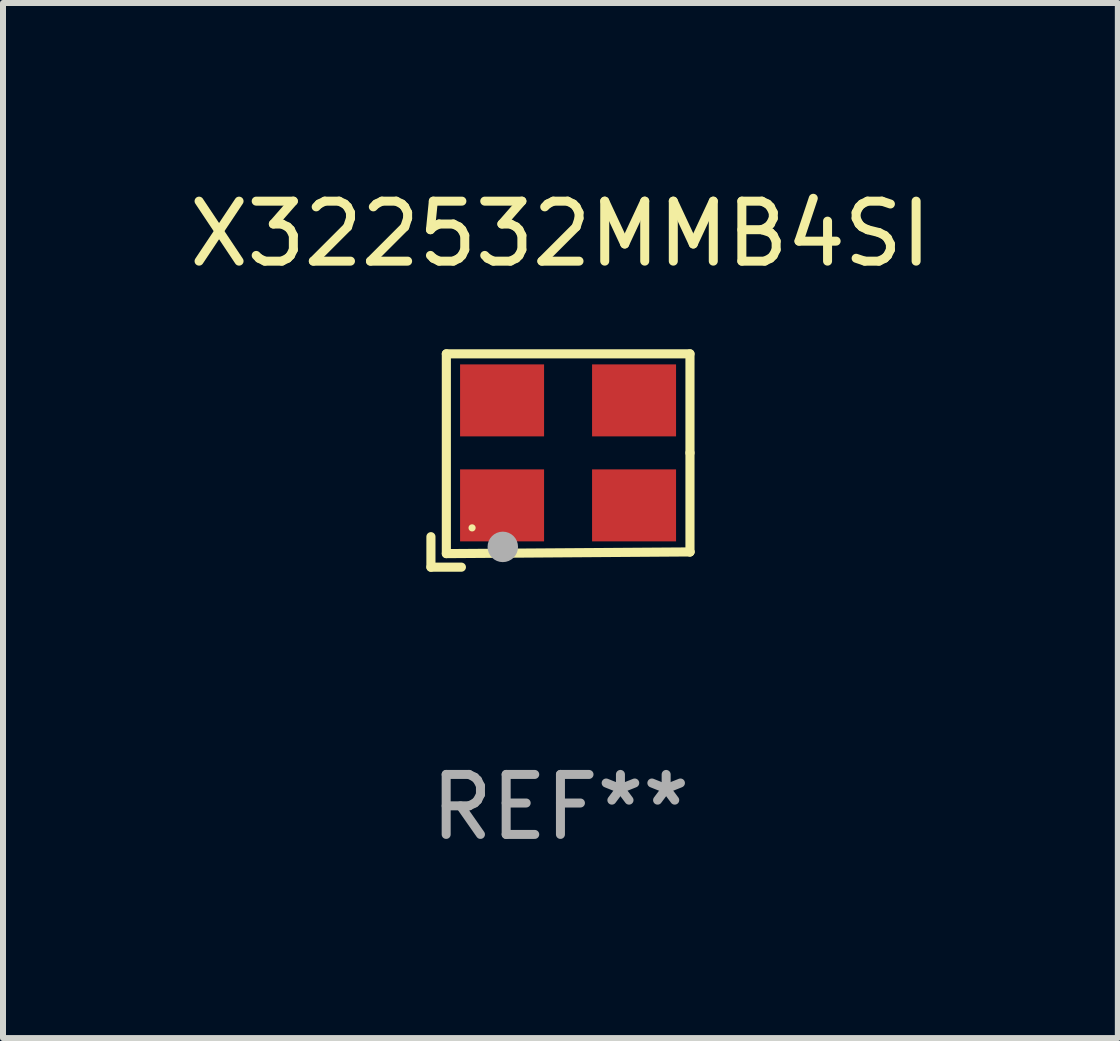
<source format=kicad_pcb>
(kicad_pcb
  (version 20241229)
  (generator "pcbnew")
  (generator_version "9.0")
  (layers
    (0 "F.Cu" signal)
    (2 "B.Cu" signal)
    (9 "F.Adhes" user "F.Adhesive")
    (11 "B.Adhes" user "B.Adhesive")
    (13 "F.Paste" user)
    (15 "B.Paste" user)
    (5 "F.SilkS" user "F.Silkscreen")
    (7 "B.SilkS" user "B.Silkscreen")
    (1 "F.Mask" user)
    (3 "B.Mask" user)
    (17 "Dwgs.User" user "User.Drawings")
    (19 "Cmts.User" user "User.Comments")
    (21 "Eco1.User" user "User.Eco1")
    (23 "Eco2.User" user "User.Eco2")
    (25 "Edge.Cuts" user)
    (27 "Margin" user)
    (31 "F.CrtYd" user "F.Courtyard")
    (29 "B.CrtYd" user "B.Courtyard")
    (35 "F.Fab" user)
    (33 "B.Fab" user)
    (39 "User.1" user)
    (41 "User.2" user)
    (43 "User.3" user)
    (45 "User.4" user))
  (footprint "X322532MMB4SI"
    (layer "F.Cu")
    (at 6.292 4.626)
    (property "Reference" "X322532MMB4SI" (at 0 -3.778 0) (layer "F.SilkS") (effects (font (size 1 1) (thickness 0.15))))
    (attr through_hole)
    (fp_line (start -2.159 1.27) (end -2.159 1.778) (stroke (width 0.152) (type solid)) (layer "F.SilkS"))
    (fp_line (start -2.159 1.778) (end -1.651 1.778) (stroke (width 0.152) (type solid)) (layer "F.SilkS"))
    (fp_line (start -1.902 -1.778) (end 2.159 -1.778) (stroke (width 0.152) (type solid)) (layer "F.SilkS"))
    (fp_line (start -1.902 1.552) (end -1.902 -1.778) (stroke (width 0.152) (type solid)) (layer "F.SilkS"))
    (fp_line (start 2.159 -1.778) (end 2.159 -0.127) (stroke (width 0.152) (type solid)) (layer "F.SilkS"))
    (fp_line (start 2.159 -0.127) (end 2.159 1.524) (stroke (width 0.152) (type solid)) (layer "F.SilkS"))
    (fp_line (start 2.159 1.524) (end -1.902 1.552) (stroke (width 0.152) (type solid)) (layer "F.SilkS"))
    (fp_line (start 2.159 1.524) (end 2.159 1.524) (stroke (width 0.152) (type solid)) (layer "F.SilkS"))
    (fp_circle (center -1.473 1.123) (end -1.443 1.123) (stroke (width 0.06) (type solid)) (fill no) (layer "F.SilkS"))
    (fp_circle (center -0.961 1.44) (end -0.834 1.44) (stroke (width 0.254) (type solid)) (fill no) (layer "F.Fab"))
    (fp_text user "REF**" (at 0 5.778 0) (layer "F.Fab") (effects (font (size 1 1) (thickness 0.15))))
    (pad "1" smd rect (at -0.973 0.748) (size 1.4 1.2) (layers "F.Cu" "F.Mask" "F.Paste"))
    (pad "2" smd rect (at 1.227 0.748) (size 1.4 1.2) (layers "F.Cu" "F.Mask" "F.Paste"))
    (pad "3" smd rect (at 1.227 -1.002) (size 1.4 1.2) (layers "F.Cu" "F.Mask" "F.Paste"))
    (pad "4" smd rect (at -0.973 -1.002) (size 1.4 1.2) (layers "F.Cu" "F.Mask" "F.Paste")))
  (gr_rect
    (start -3 -3)
    (end 15.583 14.253)
    (stroke (width 0.1) (type default))
    (fill no)
    (layer "Edge.Cuts")))
</source>
